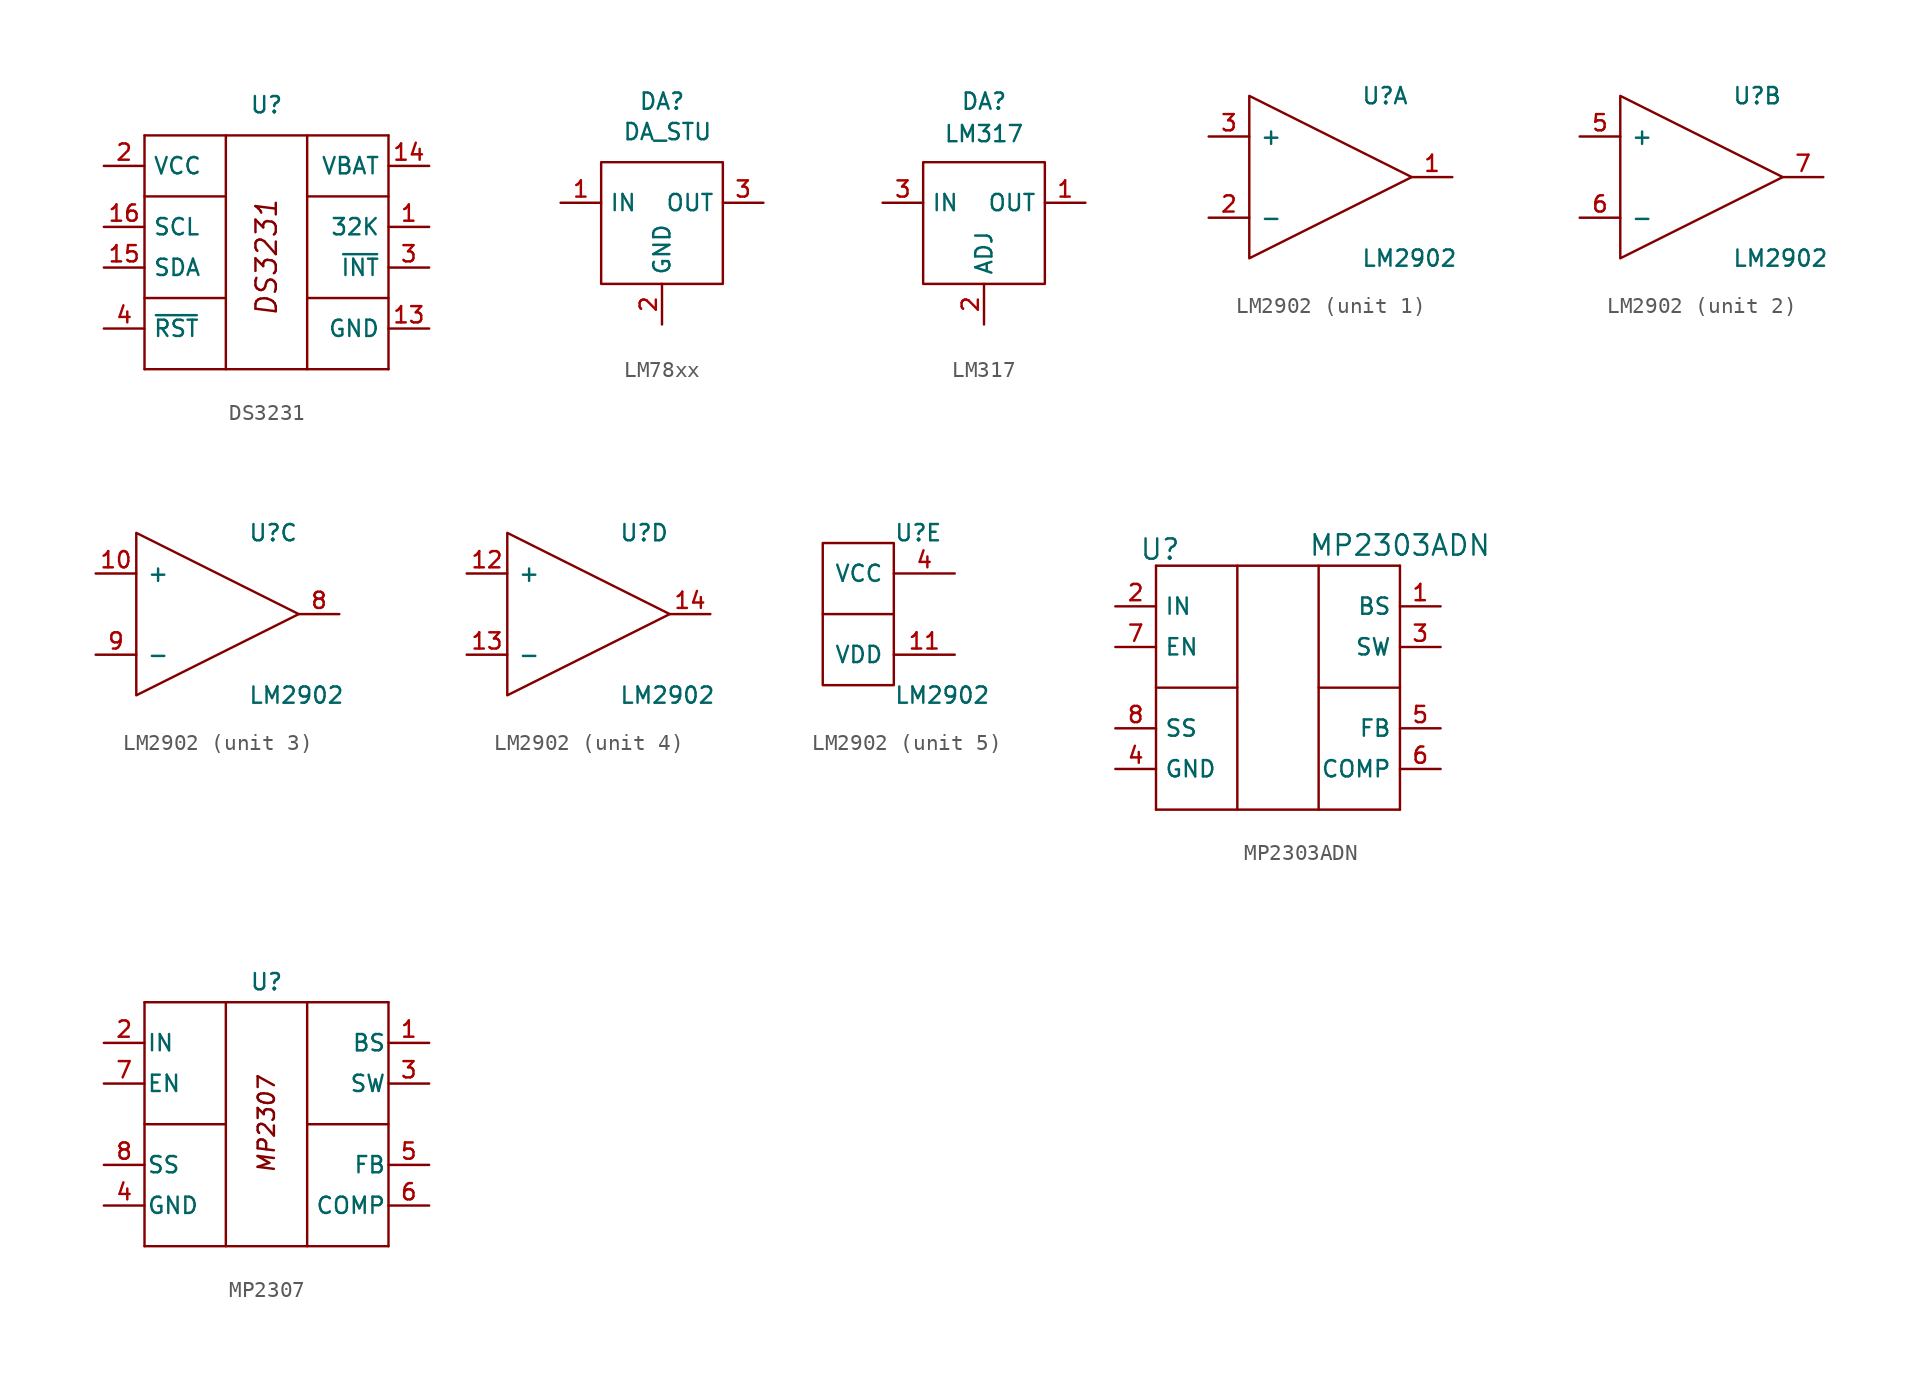
<source format=kicad_sym>
(kicad_symbol_lib
  (version 20220914)
  (generator kicad_symbol_editor)
  (symbol "DS3231"
    (property "Reference" "U"
      (at 0 8.89 0)
      (effects (font (size 1.016 1.016))))
    (symbol "DS3231_1_1"
      (polyline (pts (xy -7.62 -7.62) (xy 7.62 -7.62)) (stroke (width 0) (type default)) (fill (type none)))
      (polyline (pts (xy -7.62 -3.175) (xy -2.54 -3.175)) (stroke (width 0) (type default)) (fill (type none)))
      (polyline (pts (xy -7.62 3.175) (xy -2.54 3.175)) (stroke (width 0) (type default)) (fill (type none)))
      (polyline (pts (xy -7.62 6.985) (xy -7.62 -7.62)) (stroke (width 0) (type default)) (fill (type none)))
      (polyline (pts (xy -7.62 6.985) (xy 7.62 6.985)) (stroke (width 0) (type default)) (fill (type none)))
      (polyline (pts (xy -2.54 6.985) (xy -2.54 -7.62)) (stroke (width 0) (type default)) (fill (type none)))
      (polyline (pts (xy 2.54 -3.175) (xy 7.62 -3.175)) (stroke (width 0) (type default)) (fill (type none)))
      (polyline (pts (xy 2.54 3.175) (xy 7.62 3.175)) (stroke (width 0) (type default)) (fill (type none)))
      (polyline (pts (xy 2.54 6.985) (xy 2.54 -7.62)) (stroke (width 0) (type default)) (fill (type none)))
      (polyline (pts (xy 7.62 6.985) (xy 7.62 -7.62)) (stroke (width 0) (type default)) (fill (type none)))
      (text "DS3231" (at 0 -0.635 900) (effects (font (size 1.27 1.27) italic)))
      (pin open_collector line (at 10.16 1.27 180) (length 2.54) (name "32K" (effects (font (size 1.016 1.016)))) (number "1" (effects (font (size 1.016 1.016)))))
      (pin passive line (at 10.16 -5.08 180) (length 2.54) hide (name "GND" (effects (font (size 1.016 1.016)))) (number "10" (effects (font (size 1.016 1.016)))))
      (pin passive line (at 10.16 -5.08 180) (length 2.54) hide (name "GND" (effects (font (size 1.016 1.016)))) (number "11" (effects (font (size 1.016 1.016)))))
      (pin passive line (at 10.16 -5.08 180) (length 2.54) hide (name "GND" (effects (font (size 1.016 1.016)))) (number "12" (effects (font (size 1.016 1.016)))))
      (pin power_in line (at 10.16 -5.08 180) (length 2.54) (name "GND" (effects (font (size 1.016 1.016)))) (number "13" (effects (font (size 1.016 1.016)))))
      (pin power_in line (at 10.16 5.08 180) (length 2.54) (name "VBAT" (effects (font (size 1.016 1.016)))) (number "14" (effects (font (size 1.016 1.016)))))
      (pin bidirectional line (at -10.16 -1.27 0) (length 2.54) (name "SDA" (effects (font (size 1.016 1.016)))) (number "15" (effects (font (size 1.016 1.016)))))
      (pin input line (at -10.16 1.27 0) (length 2.54) (name "SCL" (effects (font (size 1.016 1.016)))) (number "16" (effects (font (size 1.016 1.016)))))
      (pin power_in line (at -10.16 5.08 0) (length 2.54) (name "VCC" (effects (font (size 1.016 1.016)))) (number "2" (effects (font (size 1.016 1.016)))))
      (pin open_collector line (at 10.16 -1.27 180) (length 2.54) (name "~{INT}" (effects (font (size 1.016 1.016)))) (number "3" (effects (font (size 1.016 1.016)))))
      (pin bidirectional line (at -10.16 -5.08 0) (length 2.54) (name "~{RST}" (effects (font (size 1.016 1.016)))) (number "4" (effects (font (size 1.016 1.016)))))
      (pin passive line (at 10.16 -5.08 180) (length 2.54) hide (name "GND" (effects (font (size 1.016 1.016)))) (number "5" (effects (font (size 1.016 1.016)))))
      (pin passive line (at 10.16 -5.08 180) (length 2.54) hide (name "GND" (effects (font (size 1.016 1.016)))) (number "6" (effects (font (size 1.016 1.016)))))
      (pin passive line (at 10.16 -5.08 180) (length 2.54) hide (name "GND" (effects (font (size 1.016 1.016)))) (number "7" (effects (font (size 1.016 1.016)))))
      (pin passive line (at 10.16 -5.08 180) (length 2.54) hide (name "GND" (effects (font (size 1.016 1.016)))) (number "8" (effects (font (size 1.016 1.016)))))
      (pin passive line (at 10.16 -5.08 180) (length 2.54) hide (name "GND" (effects (font (size 1.016 1.016)))) (number "9" (effects (font (size 1.016 1.016)))))))
  (symbol "LM78xx"
    (property "Reference" "DA"
      (at 0 6.35 0)
      (effects (font (size 1.016 1.016))))
    (property "Value" "DA_STU"
      (at 3.175 4.445 0)
      (effects (font (size 1.016 1.016)) (justify right)))
    (symbol "LM78xx_1_0"
      (rectangle (start -3.81 2.54) (end 3.81 -5.08) (stroke (width 0) (type default)) (fill (type none))))
    (symbol "LM78xx_1_1"
      (pin power_in line (at -6.35 0 0) (length 2.54) (name "IN" (effects (font (size 1.016 1.016)))) (number "1" (effects (font (size 1.016 1.016)))))
      (pin power_out line (at 0 -7.62 90) (length 2.54) (name "GND" (effects (font (size 1.016 1.016)))) (number "2" (effects (font (size 1.016 1.016)))))
      (pin power_out line (at 6.35 0 180) (length 2.54) (name "OUT" (effects (font (size 1.016 1.016)))) (number "3" (effects (font (size 1.016 1.016)))))))
  (symbol "LM317"
    (property "Reference" "DA"
      (at 0 6.35 0)
      (effects (font (size 1.016 1.016))))
    (property "Value" "LM317"
      (at 0 4.318 0)
      (effects (font (size 1.016 1.016))))
    (symbol "LM317_1_0"
      (rectangle (start -3.81 2.54) (end 3.81 -5.08) (stroke (width 0) (type default)) (fill (type none))))
    (symbol "LM317_1_1"
      (pin power_out line (at 6.35 0 180) (length 2.54) (name "OUT" (effects (font (size 1.016 1.016)))) (number "1" (effects (font (size 1.016 1.016)))))
      (pin power_out line (at 0 -7.62 90) (length 2.54) (name "ADJ" (effects (font (size 1.016 1.016)))) (number "2" (effects (font (size 1.016 1.016)))))
      (pin power_in line (at -6.35 0 0) (length 2.54) (name "IN" (effects (font (size 1.016 1.016)))) (number "3" (effects (font (size 1.016 1.016)))))))
  (symbol "LM2902"
    (pin_names
      (offset 0.635))
    (property "Reference" "U"
      (at 1.905 5.08 0)
      (effects (font (size 1.016 1.016)) (justify left)))
    (property "Value" "LM2902"
      (at 1.905 -5.08 0)
      (effects (font (size 1.016 1.016)) (justify left)))
    (property "ki_locked" ""
      (at 0 0 0)
      (effects (font (size 1.27 1.27))))
    (symbol "LM2902_1_1"
      (polyline (pts (xy -5.08 5.08) (xy 5.08 0) (xy -5.08 -5.08) (xy -5.08 5.08)) (stroke (width 0) (type default)) (fill (type none)))
      (pin output line (at 7.62 0 180) (length 2.54) (name "~" (effects (font (size 1.016 1.016)))) (number "1" (effects (font (size 1.016 1.016)))))
      (pin input line (at -7.62 -2.54 0) (length 2.54) (name "-" (effects (font (size 1.016 1.016)))) (number "2" (effects (font (size 1.016 1.016)))))
      (pin input line (at -7.62 2.54 0) (length 2.54) (name "+" (effects (font (size 1.016 1.016)))) (number "3" (effects (font (size 1.016 1.016))))))
    (symbol "LM2902_2_1"
      (polyline (pts (xy -5.08 5.08) (xy 5.08 0) (xy -5.08 -5.08) (xy -5.08 5.08)) (stroke (width 0) (type default)) (fill (type none)))
      (pin input line (at -7.62 2.54 0) (length 2.54) (name "+" (effects (font (size 1.016 1.016)))) (number "5" (effects (font (size 1.016 1.016)))))
      (pin input line (at -7.62 -2.54 0) (length 2.54) (name "-" (effects (font (size 1.016 1.016)))) (number "6" (effects (font (size 1.016 1.016)))))
      (pin output line (at 7.62 0 180) (length 2.54) (name "~" (effects (font (size 1.016 1.016)))) (number "7" (effects (font (size 1.016 1.016))))))
    (symbol "LM2902_3_1"
      (polyline (pts (xy -5.08 5.08) (xy 5.08 0) (xy -5.08 -5.08) (xy -5.08 5.08)) (stroke (width 0) (type default)) (fill (type none)))
      (pin input line (at -7.62 2.54 0) (length 2.54) (name "+" (effects (font (size 1.016 1.016)))) (number "10" (effects (font (size 1.016 1.016)))))
      (pin output line (at 7.62 0 180) (length 2.54) (name "~" (effects (font (size 1.016 1.016)))) (number "8" (effects (font (size 1.016 1.016)))))
      (pin input line (at -7.62 -2.54 0) (length 2.54) (name "-" (effects (font (size 1.016 1.016)))) (number "9" (effects (font (size 1.016 1.016))))))
    (symbol "LM2902_4_1"
      (polyline (pts (xy -5.08 5.08) (xy 5.08 0) (xy -5.08 -5.08) (xy -5.08 5.08)) (stroke (width 0) (type default)) (fill (type none)))
      (pin input line (at -7.62 2.54 0) (length 2.54) (name "+" (effects (font (size 1.016 1.016)))) (number "12" (effects (font (size 1.016 1.016)))))
      (pin input line (at -7.62 -2.54 0) (length 2.54) (name "-" (effects (font (size 1.016 1.016)))) (number "13" (effects (font (size 1.016 1.016)))))
      (pin output line (at 7.62 0 180) (length 2.54) (name "~" (effects (font (size 1.016 1.016)))) (number "14" (effects (font (size 1.016 1.016))))))
    (symbol "LM2902_5_1"
      (rectangle (start -2.54 4.445) (end 1.905 -4.445) (stroke (width 0) (type default)) (fill (type none)))
      (polyline (pts (xy 1.905 0) (xy -2.54 0)) (stroke (width 0) (type default)) (fill (type none)))
      (pin power_in line (at 5.715 -2.54 180) (length 3.81) (name "VDD" (effects (font (size 1.016 1.016)))) (number "11" (effects (font (size 1.016 1.016)))))
      (pin power_in line (at 5.715 2.54 180) (length 3.81) (name "VCC" (effects (font (size 1.016 1.016)))) (number "4" (effects (font (size 1.016 1.016)))))))
  (symbol "MP2303ADN"
    (property "Reference" "U"
      (at -7.366 8.636 0)
      (effects (font (size 1.27 1.27))))
    (property "Value" "MP2303ADN"
      (at 7.62 8.89 0)
      (effects (font (size 1.27 1.27))))
    (symbol "MP2303ADN_0_1"
      (polyline (pts (xy -7.62 0) (xy -2.54 0)) (stroke (width 0) (type default)) (fill (type none)))
      (polyline (pts (xy 2.54 0) (xy 7.62 0)) (stroke (width 0) (type default)) (fill (type none))))
    (symbol "MP2303ADN_1_1"
      (polyline (pts (xy -7.62 -7.62) (xy 7.62 -7.62)) (stroke (width 0) (type default)) (fill (type none)))
      (polyline (pts (xy -7.62 7.62) (xy -7.62 -7.62)) (stroke (width 0) (type default)) (fill (type none)))
      (polyline (pts (xy -7.62 7.62) (xy 7.62 7.62)) (stroke (width 0) (type default)) (fill (type none)))
      (polyline (pts (xy -2.54 7.62) (xy -2.54 -7.62)) (stroke (width 0) (type default)) (fill (type none)))
      (polyline (pts (xy 2.54 7.62) (xy 2.54 -7.62)) (stroke (width 0) (type default)) (fill (type none)))
      (polyline (pts (xy 7.62 7.62) (xy 7.62 -7.62)) (stroke (width 0) (type default)) (fill (type none)))
      (pin passive line (at 10.16 5.08 180) (length 2.54) (name "BS" (effects (font (size 1.016 1.016)))) (number "1" (effects (font (size 1.016 1.016)))))
      (pin power_out line (at -10.16 5.08 0) (length 2.54) (name "IN" (effects (font (size 1.016 1.016)))) (number "2" (effects (font (size 1.016 1.016)))))
      (pin output line (at 10.16 2.54 180) (length 2.54) (name "SW" (effects (font (size 1.016 1.016)))) (number "3" (effects (font (size 1.016 1.016)))))
      (pin power_in line (at -10.16 -5.08 0) (length 2.54) (name "GND" (effects (font (size 1.016 1.016)))) (number "4" (effects (font (size 1.016 1.016)))) (alternate "ADC_IN9" bidirectional line) (alternate "TIM14_CH1" bidirectional line) (alternate "TIM1_CH3N" bidirectional line) (alternate "TIM3_CH4" bidirectional line))
      (pin input line (at 10.16 -2.54 180) (length 2.54) (name "FB" (effects (font (size 1.016 1.016)))) (number "5" (effects (font (size 1.016 1.016)))))
      (pin passive line (at 10.16 -5.08 180) (length 2.54) (name "COMP" (effects (font (size 1.016 1.016)))) (number "6" (effects (font (size 1.016 1.016)))))
      (pin input line (at -10.16 2.54 0) (length 2.54) (name "EN" (effects (font (size 1.016 1.016)))) (number "7" (effects (font (size 1.016 1.016)))))
      (pin input line (at -10.16 -2.54 0) (length 2.54) (name "SS" (effects (font (size 1.016 1.016)))) (number "8" (effects (font (size 1.016 1.016)))))))
  (symbol "MP2307"
    (pin_names
      (offset 0.127))
    (property "Reference" "U"
      (at 0 8.89 0)
      (effects (font (size 1.016 1.016))))
    (symbol "MP2307_0_1"
      (polyline (pts (xy -7.62 0) (xy -2.54 0)) (stroke (width 0) (type default)) (fill (type none)))
      (polyline (pts (xy 2.54 0) (xy 7.62 0)) (stroke (width 0) (type default)) (fill (type none))))
    (symbol "MP2307_1_1"
      (polyline (pts (xy -7.62 -7.62) (xy 7.62 -7.62)) (stroke (width 0) (type default)) (fill (type none)))
      (polyline (pts (xy -7.62 7.62) (xy -7.62 -7.62)) (stroke (width 0) (type default)) (fill (type none)))
      (polyline (pts (xy -7.62 7.62) (xy 7.62 7.62)) (stroke (width 0) (type default)) (fill (type none)))
      (polyline (pts (xy -2.54 7.62) (xy -2.54 -7.62)) (stroke (width 0) (type default)) (fill (type none)))
      (polyline (pts (xy 2.54 7.62) (xy 2.54 -7.62)) (stroke (width 0) (type default)) (fill (type none)))
      (polyline (pts (xy 7.62 7.62) (xy 7.62 -7.62)) (stroke (width 0) (type default)) (fill (type none)))
      (text "MP2307" (at 0 0 900) (effects (font (size 1.016 1.016) italic)))
      (pin passive line (at 10.16 5.08 180) (length 2.54) (name "BS" (effects (font (size 1.016 1.016)))) (number "1" (effects (font (size 1.016 1.016)))))
      (pin power_out line (at -10.16 5.08 0) (length 2.54) (name "IN" (effects (font (size 1.016 1.016)))) (number "2" (effects (font (size 1.016 1.016)))))
      (pin output line (at 10.16 2.54 180) (length 2.54) (name "SW" (effects (font (size 1.016 1.016)))) (number "3" (effects (font (size 1.016 1.016)))))
      (pin power_in line (at -10.16 -5.08 0) (length 2.54) (name "GND" (effects (font (size 1.016 1.016)))) (number "4" (effects (font (size 1.016 1.016)))) (alternate "ADC_IN9" bidirectional line) (alternate "TIM14_CH1" bidirectional line) (alternate "TIM1_CH3N" bidirectional line) (alternate "TIM3_CH4" bidirectional line))
      (pin input line (at 10.16 -2.54 180) (length 2.54) (name "FB" (effects (font (size 1.016 1.016)))) (number "5" (effects (font (size 1.016 1.016)))))
      (pin passive line (at 10.16 -5.08 180) (length 2.54) (name "COMP" (effects (font (size 1.016 1.016)))) (number "6" (effects (font (size 1.016 1.016)))))
      (pin input line (at -10.16 2.54 0) (length 2.54) (name "EN" (effects (font (size 1.016 1.016)))) (number "7" (effects (font (size 1.016 1.016)))))
      (pin input line (at -10.16 -2.54 0) (length 2.54) (name "SS" (effects (font (size 1.016 1.016)))) (number "8" (effects (font (size 1.016 1.016))))))))
</source>
